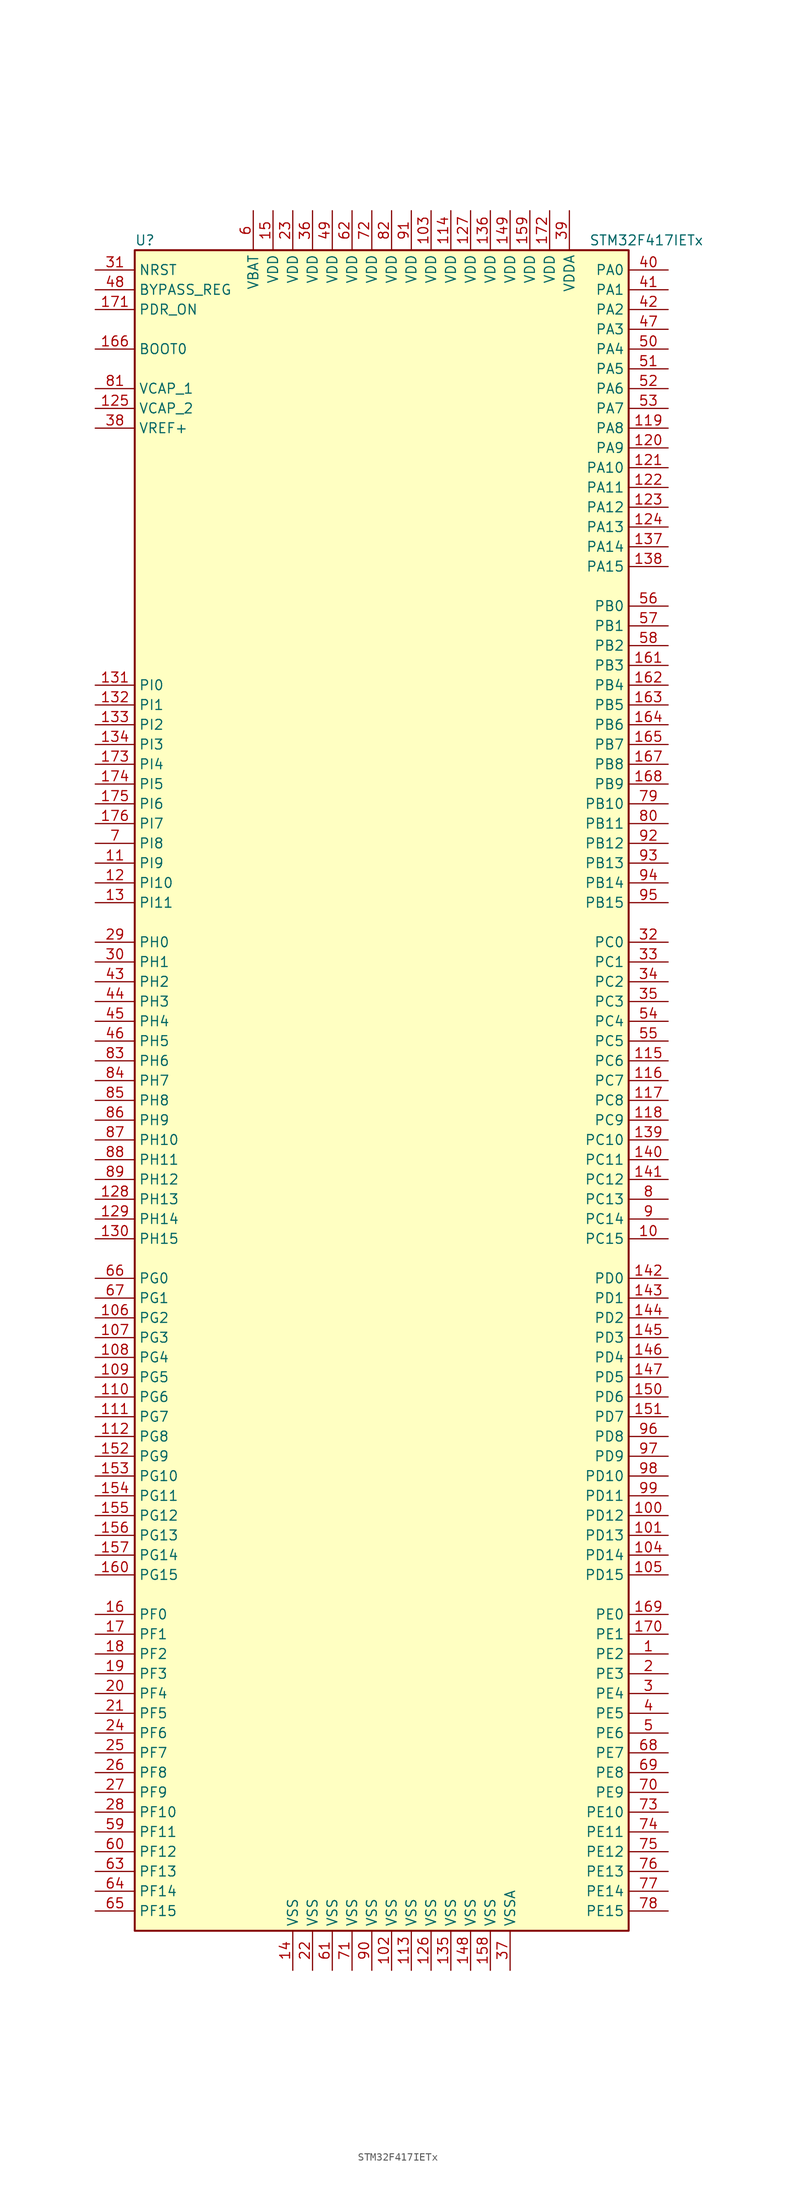
<source format=kicad_sym>
(kicad_symbol_lib
  (version 20201005)
  (generator kicad_symbol_editor)
  (symbol "STM32F417IETx"
    (property "Reference" "U"
      (at -33.02 107.95 0)
      (effects (font (size 1.27 1.27)) (justify left)))
    (property "Value" "STM32F417IETx"
      (at 25.4 107.95 0)
      (effects (font (size 1.27 1.27)) (justify left)))
    (symbol "STM32F417IETx_0_1"
      (rectangle (start -33.02 -109.22) (end 30.48 106.68) (stroke (width 0.254)) (fill (type background))))
    (symbol "STM32F417IETx_1_1"
      (pin input line (at -38.1 93.98 0) (length 5.08) (name "BOOT0" (effects (font (size 1.27 1.27)))) (number "166" (effects (font (size 1.27 1.27)))))
      (pin input line (at -38.1 101.6 0) (length 5.08) (name "BYPASS_REG" (effects (font (size 1.27 1.27)))) (number "48" (effects (font (size 1.27 1.27)))))
      (pin input line (at -38.1 104.14 0) (length 5.08) (name "NRST" (effects (font (size 1.27 1.27)))) (number "31" (effects (font (size 1.27 1.27)))))
      (pin bidirectional line (at 35.56 104.14 180) (length 5.08) (name "PA0" (effects (font (size 1.27 1.27)))) (number "40" (effects (font (size 1.27 1.27)))))
      (pin bidirectional line (at 35.56 101.6 180) (length 5.08) (name "PA1" (effects (font (size 1.27 1.27)))) (number "41" (effects (font (size 1.27 1.27)))))
      (pin bidirectional line (at 35.56 78.74 180) (length 5.08) (name "PA10" (effects (font (size 1.27 1.27)))) (number "121" (effects (font (size 1.27 1.27)))))
      (pin bidirectional line (at 35.56 76.2 180) (length 5.08) (name "PA11" (effects (font (size 1.27 1.27)))) (number "122" (effects (font (size 1.27 1.27)))))
      (pin bidirectional line (at 35.56 73.66 180) (length 5.08) (name "PA12" (effects (font (size 1.27 1.27)))) (number "123" (effects (font (size 1.27 1.27)))))
      (pin bidirectional line (at 35.56 71.12 180) (length 5.08) (name "PA13" (effects (font (size 1.27 1.27)))) (number "124" (effects (font (size 1.27 1.27)))))
      (pin bidirectional line (at 35.56 68.58 180) (length 5.08) (name "PA14" (effects (font (size 1.27 1.27)))) (number "137" (effects (font (size 1.27 1.27)))))
      (pin bidirectional line (at 35.56 66.04 180) (length 5.08) (name "PA15" (effects (font (size 1.27 1.27)))) (number "138" (effects (font (size 1.27 1.27)))))
      (pin bidirectional line (at 35.56 99.06 180) (length 5.08) (name "PA2" (effects (font (size 1.27 1.27)))) (number "42" (effects (font (size 1.27 1.27)))))
      (pin bidirectional line (at 35.56 96.52 180) (length 5.08) (name "PA3" (effects (font (size 1.27 1.27)))) (number "47" (effects (font (size 1.27 1.27)))))
      (pin bidirectional line (at 35.56 93.98 180) (length 5.08) (name "PA4" (effects (font (size 1.27 1.27)))) (number "50" (effects (font (size 1.27 1.27)))))
      (pin bidirectional line (at 35.56 91.44 180) (length 5.08) (name "PA5" (effects (font (size 1.27 1.27)))) (number "51" (effects (font (size 1.27 1.27)))))
      (pin bidirectional line (at 35.56 88.9 180) (length 5.08) (name "PA6" (effects (font (size 1.27 1.27)))) (number "52" (effects (font (size 1.27 1.27)))))
      (pin bidirectional line (at 35.56 86.36 180) (length 5.08) (name "PA7" (effects (font (size 1.27 1.27)))) (number "53" (effects (font (size 1.27 1.27)))))
      (pin bidirectional line (at 35.56 83.82 180) (length 5.08) (name "PA8" (effects (font (size 1.27 1.27)))) (number "119" (effects (font (size 1.27 1.27)))))
      (pin bidirectional line (at 35.56 81.28 180) (length 5.08) (name "PA9" (effects (font (size 1.27 1.27)))) (number "120" (effects (font (size 1.27 1.27)))))
      (pin bidirectional line (at 35.56 60.96 180) (length 5.08) (name "PB0" (effects (font (size 1.27 1.27)))) (number "56" (effects (font (size 1.27 1.27)))))
      (pin bidirectional line (at 35.56 58.42 180) (length 5.08) (name "PB1" (effects (font (size 1.27 1.27)))) (number "57" (effects (font (size 1.27 1.27)))))
      (pin bidirectional line (at 35.56 35.56 180) (length 5.08) (name "PB10" (effects (font (size 1.27 1.27)))) (number "79" (effects (font (size 1.27 1.27)))))
      (pin bidirectional line (at 35.56 33.02 180) (length 5.08) (name "PB11" (effects (font (size 1.27 1.27)))) (number "80" (effects (font (size 1.27 1.27)))))
      (pin bidirectional line (at 35.56 30.48 180) (length 5.08) (name "PB12" (effects (font (size 1.27 1.27)))) (number "92" (effects (font (size 1.27 1.27)))))
      (pin bidirectional line (at 35.56 27.94 180) (length 5.08) (name "PB13" (effects (font (size 1.27 1.27)))) (number "93" (effects (font (size 1.27 1.27)))))
      (pin bidirectional line (at 35.56 25.4 180) (length 5.08) (name "PB14" (effects (font (size 1.27 1.27)))) (number "94" (effects (font (size 1.27 1.27)))))
      (pin bidirectional line (at 35.56 22.86 180) (length 5.08) (name "PB15" (effects (font (size 1.27 1.27)))) (number "95" (effects (font (size 1.27 1.27)))))
      (pin bidirectional line (at 35.56 55.88 180) (length 5.08) (name "PB2" (effects (font (size 1.27 1.27)))) (number "58" (effects (font (size 1.27 1.27)))))
      (pin bidirectional line (at 35.56 53.34 180) (length 5.08) (name "PB3" (effects (font (size 1.27 1.27)))) (number "161" (effects (font (size 1.27 1.27)))))
      (pin bidirectional line (at 35.56 50.8 180) (length 5.08) (name "PB4" (effects (font (size 1.27 1.27)))) (number "162" (effects (font (size 1.27 1.27)))))
      (pin bidirectional line (at 35.56 48.26 180) (length 5.08) (name "PB5" (effects (font (size 1.27 1.27)))) (number "163" (effects (font (size 1.27 1.27)))))
      (pin bidirectional line (at 35.56 45.72 180) (length 5.08) (name "PB6" (effects (font (size 1.27 1.27)))) (number "164" (effects (font (size 1.27 1.27)))))
      (pin bidirectional line (at 35.56 43.18 180) (length 5.08) (name "PB7" (effects (font (size 1.27 1.27)))) (number "165" (effects (font (size 1.27 1.27)))))
      (pin bidirectional line (at 35.56 40.64 180) (length 5.08) (name "PB8" (effects (font (size 1.27 1.27)))) (number "167" (effects (font (size 1.27 1.27)))))
      (pin bidirectional line (at 35.56 38.1 180) (length 5.08) (name "PB9" (effects (font (size 1.27 1.27)))) (number "168" (effects (font (size 1.27 1.27)))))
      (pin bidirectional line (at 35.56 17.78 180) (length 5.08) (name "PC0" (effects (font (size 1.27 1.27)))) (number "32" (effects (font (size 1.27 1.27)))))
      (pin bidirectional line (at 35.56 15.24 180) (length 5.08) (name "PC1" (effects (font (size 1.27 1.27)))) (number "33" (effects (font (size 1.27 1.27)))))
      (pin bidirectional line (at 35.56 -7.62 180) (length 5.08) (name "PC10" (effects (font (size 1.27 1.27)))) (number "139" (effects (font (size 1.27 1.27)))))
      (pin bidirectional line (at 35.56 -10.16 180) (length 5.08) (name "PC11" (effects (font (size 1.27 1.27)))) (number "140" (effects (font (size 1.27 1.27)))))
      (pin bidirectional line (at 35.56 -12.7 180) (length 5.08) (name "PC12" (effects (font (size 1.27 1.27)))) (number "141" (effects (font (size 1.27 1.27)))))
      (pin bidirectional line (at 35.56 -15.24 180) (length 5.08) (name "PC13" (effects (font (size 1.27 1.27)))) (number "8" (effects (font (size 1.27 1.27)))))
      (pin bidirectional line (at 35.56 -17.78 180) (length 5.08) (name "PC14" (effects (font (size 1.27 1.27)))) (number "9" (effects (font (size 1.27 1.27)))))
      (pin bidirectional line (at 35.56 -20.32 180) (length 5.08) (name "PC15" (effects (font (size 1.27 1.27)))) (number "10" (effects (font (size 1.27 1.27)))))
      (pin bidirectional line (at 35.56 12.7 180) (length 5.08) (name "PC2" (effects (font (size 1.27 1.27)))) (number "34" (effects (font (size 1.27 1.27)))))
      (pin bidirectional line (at 35.56 10.16 180) (length 5.08) (name "PC3" (effects (font (size 1.27 1.27)))) (number "35" (effects (font (size 1.27 1.27)))))
      (pin bidirectional line (at 35.56 7.62 180) (length 5.08) (name "PC4" (effects (font (size 1.27 1.27)))) (number "54" (effects (font (size 1.27 1.27)))))
      (pin bidirectional line (at 35.56 5.08 180) (length 5.08) (name "PC5" (effects (font (size 1.27 1.27)))) (number "55" (effects (font (size 1.27 1.27)))))
      (pin bidirectional line (at 35.56 2.54 180) (length 5.08) (name "PC6" (effects (font (size 1.27 1.27)))) (number "115" (effects (font (size 1.27 1.27)))))
      (pin bidirectional line (at 35.56 0 180) (length 5.08) (name "PC7" (effects (font (size 1.27 1.27)))) (number "116" (effects (font (size 1.27 1.27)))))
      (pin bidirectional line (at 35.56 -2.54 180) (length 5.08) (name "PC8" (effects (font (size 1.27 1.27)))) (number "117" (effects (font (size 1.27 1.27)))))
      (pin bidirectional line (at 35.56 -5.08 180) (length 5.08) (name "PC9" (effects (font (size 1.27 1.27)))) (number "118" (effects (font (size 1.27 1.27)))))
      (pin bidirectional line (at 35.56 -25.4 180) (length 5.08) (name "PD0" (effects (font (size 1.27 1.27)))) (number "142" (effects (font (size 1.27 1.27)))))
      (pin bidirectional line (at 35.56 -27.94 180) (length 5.08) (name "PD1" (effects (font (size 1.27 1.27)))) (number "143" (effects (font (size 1.27 1.27)))))
      (pin bidirectional line (at 35.56 -50.8 180) (length 5.08) (name "PD10" (effects (font (size 1.27 1.27)))) (number "98" (effects (font (size 1.27 1.27)))))
      (pin bidirectional line (at 35.56 -53.34 180) (length 5.08) (name "PD11" (effects (font (size 1.27 1.27)))) (number "99" (effects (font (size 1.27 1.27)))))
      (pin bidirectional line (at 35.56 -55.88 180) (length 5.08) (name "PD12" (effects (font (size 1.27 1.27)))) (number "100" (effects (font (size 1.27 1.27)))))
      (pin bidirectional line (at 35.56 -58.42 180) (length 5.08) (name "PD13" (effects (font (size 1.27 1.27)))) (number "101" (effects (font (size 1.27 1.27)))))
      (pin bidirectional line (at 35.56 -60.96 180) (length 5.08) (name "PD14" (effects (font (size 1.27 1.27)))) (number "104" (effects (font (size 1.27 1.27)))))
      (pin bidirectional line (at 35.56 -63.5 180) (length 5.08) (name "PD15" (effects (font (size 1.27 1.27)))) (number "105" (effects (font (size 1.27 1.27)))))
      (pin bidirectional line (at 35.56 -30.48 180) (length 5.08) (name "PD2" (effects (font (size 1.27 1.27)))) (number "144" (effects (font (size 1.27 1.27)))))
      (pin bidirectional line (at 35.56 -33.02 180) (length 5.08) (name "PD3" (effects (font (size 1.27 1.27)))) (number "145" (effects (font (size 1.27 1.27)))))
      (pin bidirectional line (at 35.56 -35.56 180) (length 5.08) (name "PD4" (effects (font (size 1.27 1.27)))) (number "146" (effects (font (size 1.27 1.27)))))
      (pin bidirectional line (at 35.56 -38.1 180) (length 5.08) (name "PD5" (effects (font (size 1.27 1.27)))) (number "147" (effects (font (size 1.27 1.27)))))
      (pin bidirectional line (at 35.56 -40.64 180) (length 5.08) (name "PD6" (effects (font (size 1.27 1.27)))) (number "150" (effects (font (size 1.27 1.27)))))
      (pin bidirectional line (at 35.56 -43.18 180) (length 5.08) (name "PD7" (effects (font (size 1.27 1.27)))) (number "151" (effects (font (size 1.27 1.27)))))
      (pin bidirectional line (at 35.56 -45.72 180) (length 5.08) (name "PD8" (effects (font (size 1.27 1.27)))) (number "96" (effects (font (size 1.27 1.27)))))
      (pin bidirectional line (at 35.56 -48.26 180) (length 5.08) (name "PD9" (effects (font (size 1.27 1.27)))) (number "97" (effects (font (size 1.27 1.27)))))
      (pin input line (at -38.1 99.06 0) (length 5.08) (name "PDR_ON" (effects (font (size 1.27 1.27)))) (number "171" (effects (font (size 1.27 1.27)))))
      (pin bidirectional line (at 35.56 -68.58 180) (length 5.08) (name "PE0" (effects (font (size 1.27 1.27)))) (number "169" (effects (font (size 1.27 1.27)))))
      (pin bidirectional line (at 35.56 -71.12 180) (length 5.08) (name "PE1" (effects (font (size 1.27 1.27)))) (number "170" (effects (font (size 1.27 1.27)))))
      (pin bidirectional line (at 35.56 -93.98 180) (length 5.08) (name "PE10" (effects (font (size 1.27 1.27)))) (number "73" (effects (font (size 1.27 1.27)))))
      (pin bidirectional line (at 35.56 -96.52 180) (length 5.08) (name "PE11" (effects (font (size 1.27 1.27)))) (number "74" (effects (font (size 1.27 1.27)))))
      (pin bidirectional line (at 35.56 -99.06 180) (length 5.08) (name "PE12" (effects (font (size 1.27 1.27)))) (number "75" (effects (font (size 1.27 1.27)))))
      (pin bidirectional line (at 35.56 -101.6 180) (length 5.08) (name "PE13" (effects (font (size 1.27 1.27)))) (number "76" (effects (font (size 1.27 1.27)))))
      (pin bidirectional line (at 35.56 -104.14 180) (length 5.08) (name "PE14" (effects (font (size 1.27 1.27)))) (number "77" (effects (font (size 1.27 1.27)))))
      (pin bidirectional line (at 35.56 -106.68 180) (length 5.08) (name "PE15" (effects (font (size 1.27 1.27)))) (number "78" (effects (font (size 1.27 1.27)))))
      (pin bidirectional line (at 35.56 -73.66 180) (length 5.08) (name "PE2" (effects (font (size 1.27 1.27)))) (number "1" (effects (font (size 1.27 1.27)))))
      (pin bidirectional line (at 35.56 -76.2 180) (length 5.08) (name "PE3" (effects (font (size 1.27 1.27)))) (number "2" (effects (font (size 1.27 1.27)))))
      (pin bidirectional line (at 35.56 -78.74 180) (length 5.08) (name "PE4" (effects (font (size 1.27 1.27)))) (number "3" (effects (font (size 1.27 1.27)))))
      (pin bidirectional line (at 35.56 -81.28 180) (length 5.08) (name "PE5" (effects (font (size 1.27 1.27)))) (number "4" (effects (font (size 1.27 1.27)))))
      (pin bidirectional line (at 35.56 -83.82 180) (length 5.08) (name "PE6" (effects (font (size 1.27 1.27)))) (number "5" (effects (font (size 1.27 1.27)))))
      (pin bidirectional line (at 35.56 -86.36 180) (length 5.08) (name "PE7" (effects (font (size 1.27 1.27)))) (number "68" (effects (font (size 1.27 1.27)))))
      (pin bidirectional line (at 35.56 -88.9 180) (length 5.08) (name "PE8" (effects (font (size 1.27 1.27)))) (number "69" (effects (font (size 1.27 1.27)))))
      (pin bidirectional line (at 35.56 -91.44 180) (length 5.08) (name "PE9" (effects (font (size 1.27 1.27)))) (number "70" (effects (font (size 1.27 1.27)))))
      (pin bidirectional line (at -38.1 -68.58 0) (length 5.08) (name "PF0" (effects (font (size 1.27 1.27)))) (number "16" (effects (font (size 1.27 1.27)))))
      (pin bidirectional line (at -38.1 -71.12 0) (length 5.08) (name "PF1" (effects (font (size 1.27 1.27)))) (number "17" (effects (font (size 1.27 1.27)))))
      (pin bidirectional line (at -38.1 -93.98 0) (length 5.08) (name "PF10" (effects (font (size 1.27 1.27)))) (number "28" (effects (font (size 1.27 1.27)))))
      (pin bidirectional line (at -38.1 -96.52 0) (length 5.08) (name "PF11" (effects (font (size 1.27 1.27)))) (number "59" (effects (font (size 1.27 1.27)))))
      (pin bidirectional line (at -38.1 -99.06 0) (length 5.08) (name "PF12" (effects (font (size 1.27 1.27)))) (number "60" (effects (font (size 1.27 1.27)))))
      (pin bidirectional line (at -38.1 -101.6 0) (length 5.08) (name "PF13" (effects (font (size 1.27 1.27)))) (number "63" (effects (font (size 1.27 1.27)))))
      (pin bidirectional line (at -38.1 -104.14 0) (length 5.08) (name "PF14" (effects (font (size 1.27 1.27)))) (number "64" (effects (font (size 1.27 1.27)))))
      (pin bidirectional line (at -38.1 -106.68 0) (length 5.08) (name "PF15" (effects (font (size 1.27 1.27)))) (number "65" (effects (font (size 1.27 1.27)))))
      (pin bidirectional line (at -38.1 -73.66 0) (length 5.08) (name "PF2" (effects (font (size 1.27 1.27)))) (number "18" (effects (font (size 1.27 1.27)))))
      (pin bidirectional line (at -38.1 -76.2 0) (length 5.08) (name "PF3" (effects (font (size 1.27 1.27)))) (number "19" (effects (font (size 1.27 1.27)))))
      (pin bidirectional line (at -38.1 -78.74 0) (length 5.08) (name "PF4" (effects (font (size 1.27 1.27)))) (number "20" (effects (font (size 1.27 1.27)))))
      (pin bidirectional line (at -38.1 -81.28 0) (length 5.08) (name "PF5" (effects (font (size 1.27 1.27)))) (number "21" (effects (font (size 1.27 1.27)))))
      (pin bidirectional line (at -38.1 -83.82 0) (length 5.08) (name "PF6" (effects (font (size 1.27 1.27)))) (number "24" (effects (font (size 1.27 1.27)))))
      (pin bidirectional line (at -38.1 -86.36 0) (length 5.08) (name "PF7" (effects (font (size 1.27 1.27)))) (number "25" (effects (font (size 1.27 1.27)))))
      (pin bidirectional line (at -38.1 -88.9 0) (length 5.08) (name "PF8" (effects (font (size 1.27 1.27)))) (number "26" (effects (font (size 1.27 1.27)))))
      (pin bidirectional line (at -38.1 -91.44 0) (length 5.08) (name "PF9" (effects (font (size 1.27 1.27)))) (number "27" (effects (font (size 1.27 1.27)))))
      (pin bidirectional line (at -38.1 -25.4 0) (length 5.08) (name "PG0" (effects (font (size 1.27 1.27)))) (number "66" (effects (font (size 1.27 1.27)))))
      (pin bidirectional line (at -38.1 -27.94 0) (length 5.08) (name "PG1" (effects (font (size 1.27 1.27)))) (number "67" (effects (font (size 1.27 1.27)))))
      (pin bidirectional line (at -38.1 -50.8 0) (length 5.08) (name "PG10" (effects (font (size 1.27 1.27)))) (number "153" (effects (font (size 1.27 1.27)))))
      (pin bidirectional line (at -38.1 -53.34 0) (length 5.08) (name "PG11" (effects (font (size 1.27 1.27)))) (number "154" (effects (font (size 1.27 1.27)))))
      (pin bidirectional line (at -38.1 -55.88 0) (length 5.08) (name "PG12" (effects (font (size 1.27 1.27)))) (number "155" (effects (font (size 1.27 1.27)))))
      (pin bidirectional line (at -38.1 -58.42 0) (length 5.08) (name "PG13" (effects (font (size 1.27 1.27)))) (number "156" (effects (font (size 1.27 1.27)))))
      (pin bidirectional line (at -38.1 -60.96 0) (length 5.08) (name "PG14" (effects (font (size 1.27 1.27)))) (number "157" (effects (font (size 1.27 1.27)))))
      (pin bidirectional line (at -38.1 -63.5 0) (length 5.08) (name "PG15" (effects (font (size 1.27 1.27)))) (number "160" (effects (font (size 1.27 1.27)))))
      (pin bidirectional line (at -38.1 -30.48 0) (length 5.08) (name "PG2" (effects (font (size 1.27 1.27)))) (number "106" (effects (font (size 1.27 1.27)))))
      (pin bidirectional line (at -38.1 -33.02 0) (length 5.08) (name "PG3" (effects (font (size 1.27 1.27)))) (number "107" (effects (font (size 1.27 1.27)))))
      (pin bidirectional line (at -38.1 -35.56 0) (length 5.08) (name "PG4" (effects (font (size 1.27 1.27)))) (number "108" (effects (font (size 1.27 1.27)))))
      (pin bidirectional line (at -38.1 -38.1 0) (length 5.08) (name "PG5" (effects (font (size 1.27 1.27)))) (number "109" (effects (font (size 1.27 1.27)))))
      (pin bidirectional line (at -38.1 -40.64 0) (length 5.08) (name "PG6" (effects (font (size 1.27 1.27)))) (number "110" (effects (font (size 1.27 1.27)))))
      (pin bidirectional line (at -38.1 -43.18 0) (length 5.08) (name "PG7" (effects (font (size 1.27 1.27)))) (number "111" (effects (font (size 1.27 1.27)))))
      (pin bidirectional line (at -38.1 -45.72 0) (length 5.08) (name "PG8" (effects (font (size 1.27 1.27)))) (number "112" (effects (font (size 1.27 1.27)))))
      (pin bidirectional line (at -38.1 -48.26 0) (length 5.08) (name "PG9" (effects (font (size 1.27 1.27)))) (number "152" (effects (font (size 1.27 1.27)))))
      (pin input line (at -38.1 17.78 0) (length 5.08) (name "PH0" (effects (font (size 1.27 1.27)))) (number "29" (effects (font (size 1.27 1.27)))))
      (pin input line (at -38.1 15.24 0) (length 5.08) (name "PH1" (effects (font (size 1.27 1.27)))) (number "30" (effects (font (size 1.27 1.27)))))
      (pin bidirectional line (at -38.1 -7.62 0) (length 5.08) (name "PH10" (effects (font (size 1.27 1.27)))) (number "87" (effects (font (size 1.27 1.27)))))
      (pin bidirectional line (at -38.1 -10.16 0) (length 5.08) (name "PH11" (effects (font (size 1.27 1.27)))) (number "88" (effects (font (size 1.27 1.27)))))
      (pin bidirectional line (at -38.1 -12.7 0) (length 5.08) (name "PH12" (effects (font (size 1.27 1.27)))) (number "89" (effects (font (size 1.27 1.27)))))
      (pin bidirectional line (at -38.1 -15.24 0) (length 5.08) (name "PH13" (effects (font (size 1.27 1.27)))) (number "128" (effects (font (size 1.27 1.27)))))
      (pin bidirectional line (at -38.1 -17.78 0) (length 5.08) (name "PH14" (effects (font (size 1.27 1.27)))) (number "129" (effects (font (size 1.27 1.27)))))
      (pin bidirectional line (at -38.1 -20.32 0) (length 5.08) (name "PH15" (effects (font (size 1.27 1.27)))) (number "130" (effects (font (size 1.27 1.27)))))
      (pin bidirectional line (at -38.1 12.7 0) (length 5.08) (name "PH2" (effects (font (size 1.27 1.27)))) (number "43" (effects (font (size 1.27 1.27)))))
      (pin bidirectional line (at -38.1 10.16 0) (length 5.08) (name "PH3" (effects (font (size 1.27 1.27)))) (number "44" (effects (font (size 1.27 1.27)))))
      (pin bidirectional line (at -38.1 7.62 0) (length 5.08) (name "PH4" (effects (font (size 1.27 1.27)))) (number "45" (effects (font (size 1.27 1.27)))))
      (pin bidirectional line (at -38.1 5.08 0) (length 5.08) (name "PH5" (effects (font (size 1.27 1.27)))) (number "46" (effects (font (size 1.27 1.27)))))
      (pin bidirectional line (at -38.1 2.54 0) (length 5.08) (name "PH6" (effects (font (size 1.27 1.27)))) (number "83" (effects (font (size 1.27 1.27)))))
      (pin bidirectional line (at -38.1 0 0) (length 5.08) (name "PH7" (effects (font (size 1.27 1.27)))) (number "84" (effects (font (size 1.27 1.27)))))
      (pin bidirectional line (at -38.1 -2.54 0) (length 5.08) (name "PH8" (effects (font (size 1.27 1.27)))) (number "85" (effects (font (size 1.27 1.27)))))
      (pin bidirectional line (at -38.1 -5.08 0) (length 5.08) (name "PH9" (effects (font (size 1.27 1.27)))) (number "86" (effects (font (size 1.27 1.27)))))
      (pin bidirectional line (at -38.1 50.8 0) (length 5.08) (name "PI0" (effects (font (size 1.27 1.27)))) (number "131" (effects (font (size 1.27 1.27)))))
      (pin bidirectional line (at -38.1 48.26 0) (length 5.08) (name "PI1" (effects (font (size 1.27 1.27)))) (number "132" (effects (font (size 1.27 1.27)))))
      (pin bidirectional line (at -38.1 25.4 0) (length 5.08) (name "PI10" (effects (font (size 1.27 1.27)))) (number "12" (effects (font (size 1.27 1.27)))))
      (pin bidirectional line (at -38.1 22.86 0) (length 5.08) (name "PI11" (effects (font (size 1.27 1.27)))) (number "13" (effects (font (size 1.27 1.27)))))
      (pin bidirectional line (at -38.1 45.72 0) (length 5.08) (name "PI2" (effects (font (size 1.27 1.27)))) (number "133" (effects (font (size 1.27 1.27)))))
      (pin bidirectional line (at -38.1 43.18 0) (length 5.08) (name "PI3" (effects (font (size 1.27 1.27)))) (number "134" (effects (font (size 1.27 1.27)))))
      (pin bidirectional line (at -38.1 40.64 0) (length 5.08) (name "PI4" (effects (font (size 1.27 1.27)))) (number "173" (effects (font (size 1.27 1.27)))))
      (pin bidirectional line (at -38.1 38.1 0) (length 5.08) (name "PI5" (effects (font (size 1.27 1.27)))) (number "174" (effects (font (size 1.27 1.27)))))
      (pin bidirectional line (at -38.1 35.56 0) (length 5.08) (name "PI6" (effects (font (size 1.27 1.27)))) (number "175" (effects (font (size 1.27 1.27)))))
      (pin bidirectional line (at -38.1 33.02 0) (length 5.08) (name "PI7" (effects (font (size 1.27 1.27)))) (number "176" (effects (font (size 1.27 1.27)))))
      (pin bidirectional line (at -38.1 30.48 0) (length 5.08) (name "PI8" (effects (font (size 1.27 1.27)))) (number "7" (effects (font (size 1.27 1.27)))))
      (pin bidirectional line (at -38.1 27.94 0) (length 5.08) (name "PI9" (effects (font (size 1.27 1.27)))) (number "11" (effects (font (size 1.27 1.27)))))
      (pin power_in line (at -17.78 111.76 270) (length 5.08) (name "VBAT" (effects (font (size 1.27 1.27)))) (number "6" (effects (font (size 1.27 1.27)))))
      (pin power_in line (at -38.1 88.9 0) (length 5.08) (name "VCAP_1" (effects (font (size 1.27 1.27)))) (number "81" (effects (font (size 1.27 1.27)))))
      (pin power_in line (at -38.1 86.36 0) (length 5.08) (name "VCAP_2" (effects (font (size 1.27 1.27)))) (number "125" (effects (font (size 1.27 1.27)))))
      (pin power_in line (at 5.08 111.76 270) (length 5.08) (name "VDD" (effects (font (size 1.27 1.27)))) (number "103" (effects (font (size 1.27 1.27)))))
      (pin power_in line (at 7.62 111.76 270) (length 5.08) (name "VDD" (effects (font (size 1.27 1.27)))) (number "114" (effects (font (size 1.27 1.27)))))
      (pin power_in line (at 10.16 111.76 270) (length 5.08) (name "VDD" (effects (font (size 1.27 1.27)))) (number "127" (effects (font (size 1.27 1.27)))))
      (pin power_in line (at 12.7 111.76 270) (length 5.08) (name "VDD" (effects (font (size 1.27 1.27)))) (number "136" (effects (font (size 1.27 1.27)))))
      (pin power_in line (at 15.24 111.76 270) (length 5.08) (name "VDD" (effects (font (size 1.27 1.27)))) (number "149" (effects (font (size 1.27 1.27)))))
      (pin power_in line (at -15.24 111.76 270) (length 5.08) (name "VDD" (effects (font (size 1.27 1.27)))) (number "15" (effects (font (size 1.27 1.27)))))
      (pin power_in line (at 17.78 111.76 270) (length 5.08) (name "VDD" (effects (font (size 1.27 1.27)))) (number "159" (effects (font (size 1.27 1.27)))))
      (pin power_in line (at 20.32 111.76 270) (length 5.08) (name "VDD" (effects (font (size 1.27 1.27)))) (number "172" (effects (font (size 1.27 1.27)))))
      (pin power_in line (at -12.7 111.76 270) (length 5.08) (name "VDD" (effects (font (size 1.27 1.27)))) (number "23" (effects (font (size 1.27 1.27)))))
      (pin power_in line (at -10.16 111.76 270) (length 5.08) (name "VDD" (effects (font (size 1.27 1.27)))) (number "36" (effects (font (size 1.27 1.27)))))
      (pin power_in line (at -7.62 111.76 270) (length 5.08) (name "VDD" (effects (font (size 1.27 1.27)))) (number "49" (effects (font (size 1.27 1.27)))))
      (pin power_in line (at -5.08 111.76 270) (length 5.08) (name "VDD" (effects (font (size 1.27 1.27)))) (number "62" (effects (font (size 1.27 1.27)))))
      (pin power_in line (at -2.54 111.76 270) (length 5.08) (name "VDD" (effects (font (size 1.27 1.27)))) (number "72" (effects (font (size 1.27 1.27)))))
      (pin power_in line (at 0 111.76 270) (length 5.08) (name "VDD" (effects (font (size 1.27 1.27)))) (number "82" (effects (font (size 1.27 1.27)))))
      (pin power_in line (at 2.54 111.76 270) (length 5.08) (name "VDD" (effects (font (size 1.27 1.27)))) (number "91" (effects (font (size 1.27 1.27)))))
      (pin power_in line (at 22.86 111.76 270) (length 5.08) (name "VDDA" (effects (font (size 1.27 1.27)))) (number "39" (effects (font (size 1.27 1.27)))))
      (pin power_in line (at -38.1 83.82 0) (length 5.08) (name "VREF+" (effects (font (size 1.27 1.27)))) (number "38" (effects (font (size 1.27 1.27)))))
      (pin power_in line (at 0 -114.3 90) (length 5.08) (name "VSS" (effects (font (size 1.27 1.27)))) (number "102" (effects (font (size 1.27 1.27)))))
      (pin power_in line (at 2.54 -114.3 90) (length 5.08) (name "VSS" (effects (font (size 1.27 1.27)))) (number "113" (effects (font (size 1.27 1.27)))))
      (pin power_in line (at 5.08 -114.3 90) (length 5.08) (name "VSS" (effects (font (size 1.27 1.27)))) (number "126" (effects (font (size 1.27 1.27)))))
      (pin power_in line (at 7.62 -114.3 90) (length 5.08) (name "VSS" (effects (font (size 1.27 1.27)))) (number "135" (effects (font (size 1.27 1.27)))))
      (pin power_in line (at -12.7 -114.3 90) (length 5.08) (name "VSS" (effects (font (size 1.27 1.27)))) (number "14" (effects (font (size 1.27 1.27)))))
      (pin power_in line (at 10.16 -114.3 90) (length 5.08) (name "VSS" (effects (font (size 1.27 1.27)))) (number "148" (effects (font (size 1.27 1.27)))))
      (pin power_in line (at 12.7 -114.3 90) (length 5.08) (name "VSS" (effects (font (size 1.27 1.27)))) (number "158" (effects (font (size 1.27 1.27)))))
      (pin power_in line (at -10.16 -114.3 90) (length 5.08) (name "VSS" (effects (font (size 1.27 1.27)))) (number "22" (effects (font (size 1.27 1.27)))))
      (pin power_in line (at -7.62 -114.3 90) (length 5.08) (name "VSS" (effects (font (size 1.27 1.27)))) (number "61" (effects (font (size 1.27 1.27)))))
      (pin power_in line (at -5.08 -114.3 90) (length 5.08) (name "VSS" (effects (font (size 1.27 1.27)))) (number "71" (effects (font (size 1.27 1.27)))))
      (pin power_in line (at -2.54 -114.3 90) (length 5.08) (name "VSS" (effects (font (size 1.27 1.27)))) (number "90" (effects (font (size 1.27 1.27)))))
      (pin power_in line (at 15.24 -114.3 90) (length 5.08) (name "VSSA" (effects (font (size 1.27 1.27)))) (number "37" (effects (font (size 1.27 1.27))))))))
</source>
